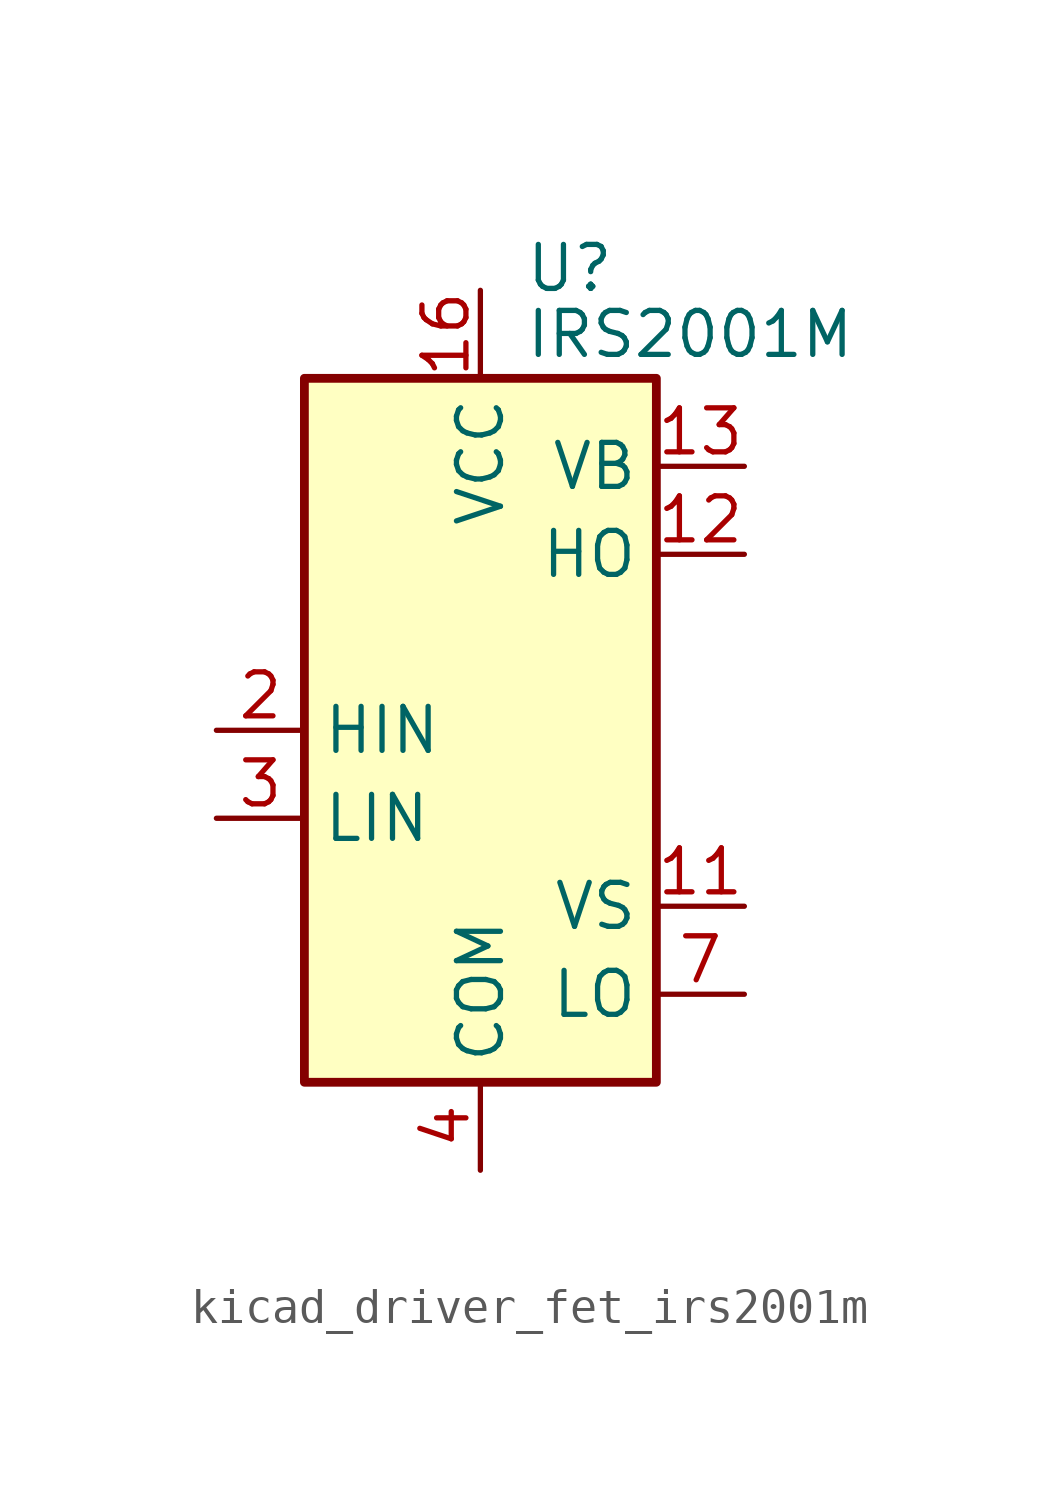
<source format=kicad_sym>
(kicad_symbol_lib
  (version 20220914)
  (generator kicad_symbol_editor)
  (symbol "kicad_driver_fet_irs2001m"
    (property "Reference" "U"
      (at 1.27 13.335 0)
      (effects (font (size 1.27 1.27)) (justify left)))
    (property "Value" "IRS2001M"
      (at 1.27 11.43 0)
      (effects (font (size 1.27 1.27)) (justify left)))
    (symbol "kicad_driver_fet_irs2001m_0_1"
      (rectangle (start -5.08 -10.16) (end 5.08 10.16) (stroke (width 0.254) (type default)) (fill (type background))))
    (symbol "kicad_driver_fet_irs2001m_1_1"
      (pin no_connect line (at -5.08 7.62 0) (length 2.54) hide (name "NC" (effects (font (size 1.27 1.27)))) (number "1" (effects (font (size 1.27 1.27)))))
      (pin passive line (at 7.62 -5.08 180) (length 2.54) (name "VS" (effects (font (size 1.27 1.27)))) (number "11" (effects (font (size 1.27 1.27)))))
      (pin output line (at 7.62 5.08 180) (length 2.54) (name "HO" (effects (font (size 1.27 1.27)))) (number "12" (effects (font (size 1.27 1.27)))))
      (pin passive line (at 7.62 7.62 180) (length 2.54) (name "VB" (effects (font (size 1.27 1.27)))) (number "13" (effects (font (size 1.27 1.27)))))
      (pin no_connect line (at 5.08 -2.54 180) (length 2.54) hide (name "NC" (effects (font (size 1.27 1.27)))) (number "14" (effects (font (size 1.27 1.27)))))
      (pin power_in line (at 0 12.7 270) (length 2.54) (name "VCC" (effects (font (size 1.27 1.27)))) (number "16" (effects (font (size 1.27 1.27)))))
      (pin passive line (at 0 -12.7 90) (length 2.54) hide (name "COM" (effects (font (size 1.27 1.27)))) (number "17" (effects (font (size 1.27 1.27)))))
      (pin input line (at -7.62 0 0) (length 2.54) (name "HIN" (effects (font (size 1.27 1.27)))) (number "2" (effects (font (size 1.27 1.27)))))
      (pin input line (at -7.62 -2.54 0) (length 2.54) (name "LIN" (effects (font (size 1.27 1.27)))) (number "3" (effects (font (size 1.27 1.27)))))
      (pin power_in line (at 0 -12.7 90) (length 2.54) (name "COM" (effects (font (size 1.27 1.27)))) (number "4" (effects (font (size 1.27 1.27)))))
      (pin no_connect line (at -5.08 5.08 0) (length 2.54) hide (name "NC" (effects (font (size 1.27 1.27)))) (number "5" (effects (font (size 1.27 1.27)))))
      (pin no_connect line (at -5.08 2.54 0) (length 2.54) hide (name "NC" (effects (font (size 1.27 1.27)))) (number "6" (effects (font (size 1.27 1.27)))))
      (pin output line (at 7.62 -7.62 180) (length 2.54) (name "LO" (effects (font (size 1.27 1.27)))) (number "7" (effects (font (size 1.27 1.27)))))
      (pin no_connect line (at 5.08 2.54 180) (length 2.54) hide (name "NC" (effects (font (size 1.27 1.27)))) (number "8" (effects (font (size 1.27 1.27)))))
      (pin no_connect line (at 5.08 0 180) (length 2.54) hide (name "NC" (effects (font (size 1.27 1.27)))) (number "9" (effects (font (size 1.27 1.27))))))))
</source>
